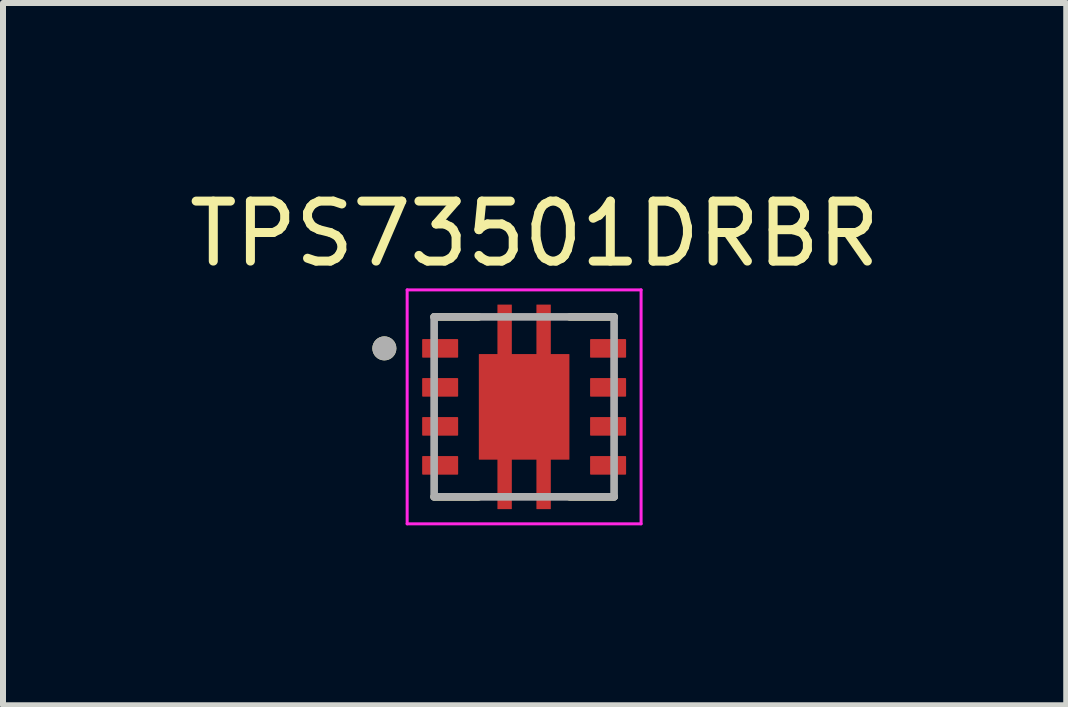
<source format=kicad_pcb>
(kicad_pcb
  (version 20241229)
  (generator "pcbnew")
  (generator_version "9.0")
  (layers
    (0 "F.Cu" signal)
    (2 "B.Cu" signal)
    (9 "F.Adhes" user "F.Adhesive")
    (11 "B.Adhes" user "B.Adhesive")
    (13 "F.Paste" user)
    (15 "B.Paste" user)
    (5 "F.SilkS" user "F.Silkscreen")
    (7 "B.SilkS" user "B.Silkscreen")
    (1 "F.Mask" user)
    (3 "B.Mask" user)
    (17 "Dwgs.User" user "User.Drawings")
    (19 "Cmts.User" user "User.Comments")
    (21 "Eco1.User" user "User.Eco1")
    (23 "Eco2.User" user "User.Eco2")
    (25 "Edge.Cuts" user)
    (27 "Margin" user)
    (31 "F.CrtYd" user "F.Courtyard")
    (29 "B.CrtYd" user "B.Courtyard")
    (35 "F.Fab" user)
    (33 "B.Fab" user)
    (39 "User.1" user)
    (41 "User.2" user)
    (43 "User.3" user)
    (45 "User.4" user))
  (footprint "TPS73501DRBR"
    (layer "F.Cu")
    (at 5.688 3.733)
    (property "Reference" "TPS73501DRBR" (at 0.175 -2.885 0) (layer "F.SilkS") (effects (font (size 1 1) (thickness 0.15))))
    (attr through_hole)
    (fp_poly (pts (xy -1.77 -1.2) (xy -1.03 -1.2) (xy -1.03 -0.75) (xy -1.77 -0.75)) (stroke (width 0.01) (type solid)) (fill yes) (layer "F.Mask"))
    (fp_poly (pts (xy -1.77 -0.55) (xy -1.03 -0.55) (xy -1.03 -0.1) (xy -1.77 -0.1)) (stroke (width 0.01) (type solid)) (fill yes) (layer "F.Mask"))
    (fp_poly (pts (xy -1.77 0.1) (xy -1.03 0.1) (xy -1.03 0.55) (xy -1.77 0.55)) (stroke (width 0.01) (type solid)) (fill yes) (layer "F.Mask"))
    (fp_poly (pts (xy -1.77 0.75) (xy -1.03 0.75) (xy -1.03 1.2) (xy -1.77 1.2)) (stroke (width 0.01) (type solid)) (fill yes) (layer "F.Mask"))
    (fp_poly (pts (xy 1.03 -1.2) (xy 1.77 -1.2) (xy 1.77 -0.75) (xy 1.03 -0.75)) (stroke (width 0.01) (type solid)) (fill yes) (layer "F.Mask"))
    (fp_poly (pts (xy 1.03 -0.55) (xy 1.77 -0.55) (xy 1.77 -0.1) (xy 1.03 -0.1)) (stroke (width 0.01) (type solid)) (fill yes) (layer "F.Mask"))
    (fp_poly (pts (xy 1.03 0.1) (xy 1.77 0.1) (xy 1.77 0.55) (xy 1.03 0.55)) (stroke (width 0.01) (type solid)) (fill yes) (layer "F.Mask"))
    (fp_poly (pts (xy 1.03 0.75) (xy 1.77 0.75) (xy 1.77 1.2) (xy 1.03 1.2)) (stroke (width 0.01) (type solid)) (fill yes) (layer "F.Mask"))
    (fp_poly (pts (xy -0.82 -0.945) (xy -0.51 -0.945) (xy -0.51 -1.77) (xy -0.14 -1.77) (xy -0.14 -0.945) (xy 0.14 -0.945) (xy 0.14 -1.77) (xy 0.51 -1.77) (xy 0.51 -0.945) (xy 0.82 -0.945) (xy 0.82 0.945) (xy 0.51 0.945) (xy 0.51 1.77) (xy 0.14 1.77) (xy 0.14 0.945) (xy -0.14 0.945) (xy -0.14 1.77) (xy -0.51 1.77) (xy -0.51 0.945) (xy -0.82 0.945)) (stroke (width 0.01) (type solid)) (fill yes) (layer "F.Mask"))
    (fp_line (start -1.5 -1.5) (end -0.76 -1.5) (stroke (width 0.127) (type solid)) (layer "F.SilkS"))
    (fp_line (start -1.5 1.5) (end -0.76 1.5) (stroke (width 0.127) (type solid)) (layer "F.SilkS"))
    (fp_line (start 0.76 -1.5) (end 1.5 -1.5) (stroke (width 0.127) (type solid)) (layer "F.SilkS"))
    (fp_line (start 0.76 1.5) (end 1.5 1.5) (stroke (width 0.127) (type solid)) (layer "F.SilkS"))
    (fp_circle (center -2.33 -0.975) (end -2.23 -0.975) (stroke (width 0.2) (type solid)) (fill no) (layer "F.SilkS"))
    (fp_poly (pts (xy -0.67 -0.775) (xy 0.67 -0.775) (xy 0.67 0.775) (xy -0.67 0.775)) (stroke (width 0.01) (type solid)) (fill yes) (layer "F.Paste"))
    (fp_poly (pts (xy -0.44 -1.7) (xy -0.21 -1.7) (xy -0.21 -0.975) (xy -0.44 -0.975)) (stroke (width 0.01) (type solid)) (fill yes) (layer "F.Paste"))
    (fp_poly (pts (xy -0.21 1.7) (xy -0.44 1.7) (xy -0.44 0.975) (xy -0.21 0.975)) (stroke (width 0.01) (type solid)) (fill yes) (layer "F.Paste"))
    (fp_poly (pts (xy 0.21 -1.7) (xy 0.44 -1.7) (xy 0.44 -0.975) (xy 0.21 -0.975)) (stroke (width 0.01) (type solid)) (fill yes) (layer "F.Paste"))
    (fp_poly (pts (xy 0.44 1.7) (xy 0.21 1.7) (xy 0.21 0.975) (xy 0.44 0.975)) (stroke (width 0.01) (type solid)) (fill yes) (layer "F.Paste"))
    (fp_line (start -1.95 -1.95) (end -1.95 1.95) (stroke (width 0.05) (type solid)) (layer "F.CrtYd"))
    (fp_line (start -1.95 -1.95) (end 1.95 -1.95) (stroke (width 0.05) (type solid)) (layer "F.CrtYd"))
    (fp_line (start -1.95 1.95) (end 1.95 1.95) (stroke (width 0.05) (type solid)) (layer "F.CrtYd"))
    (fp_line (start 1.95 -1.95) (end 1.95 1.95) (stroke (width 0.05) (type solid)) (layer "F.CrtYd"))
    (fp_line (start -1.5 -1.5) (end -1.5 1.5) (stroke (width 0.127) (type solid)) (layer "F.Fab"))
    (fp_line (start -1.5 -1.5) (end 1.5 -1.5) (stroke (width 0.127) (type solid)) (layer "F.Fab"))
    (fp_line (start -1.5 1.5) (end 1.5 1.5) (stroke (width 0.127) (type solid)) (layer "F.Fab"))
    (fp_line (start 1.5 -1.5) (end 1.5 1.5) (stroke (width 0.127) (type solid)) (layer "F.Fab"))
    (fp_circle (center -2.33 -0.975) (end -2.23 -0.975) (stroke (width 0.2) (type solid)) (fill no) (layer "F.Fab"))
    (pad "1" smd roundrect (at -1.4 -0.975) (size 0.6 0.31) (layers "F.Cu" "F.Paste") (roundrect_rratio 0.04))
    (pad "2" smd roundrect (at -1.4 -0.325) (size 0.6 0.31) (layers "F.Cu" "F.Paste") (roundrect_rratio 0.04))
    (pad "3" smd roundrect (at -1.4 0.325) (size 0.6 0.31) (layers "F.Cu" "F.Paste") (roundrect_rratio 0.04))
    (pad "4" smd roundrect (at -1.4 0.975) (size 0.6 0.31) (layers "F.Cu" "F.Paste") (roundrect_rratio 0.04))
    (pad "5" smd roundrect (at 1.4 0.975) (size 0.6 0.31) (layers "F.Cu" "F.Paste") (roundrect_rratio 0.04))
    (pad "6" smd roundrect (at 1.4 0.325) (size 0.6 0.31) (layers "F.Cu" "F.Paste") (roundrect_rratio 0.04))
    (pad "7" smd roundrect (at 1.4 -0.325) (size 0.6 0.31) (layers "F.Cu" "F.Paste") (roundrect_rratio 0.04))
    (pad "8" smd roundrect (at 1.4 -0.975) (size 0.6 0.31) (layers "F.Cu" "F.Paste") (roundrect_rratio 0.04))
    (pad "9" smd custom (at 0 0) (size 1.5 1.75) (layers "F.Cu") (options (anchor rect)) (primitives (gr_poly (pts (xy -0.75 -0.875) (xy -0.44 -0.875) (xy -0.44 -1.7) (xy -0.21 -1.7) (xy -0.21 -0.875) (xy 0.21 -0.875) (xy 0.21 -1.7) (xy 0.44 -1.7) (xy 0.44 -0.875) (xy 0.75 -0.875) (xy 0.75 0.875) (xy 0.44 0.875) (xy 0.44 1.7) (xy 0.21 1.7) (xy 0.21 0.875) (xy -0.21 0.875) (xy -0.21 1.7) (xy -0.44 1.7) (xy -0.44 0.875) (xy -0.75 0.875)) (width 0.01) (fill yes)))))
  (gr_rect
    (start -3 -3)
    (end 14.726 8.708)
    (stroke (width 0.1) (type default))
    (fill no)
    (layer "Edge.Cuts")))
</source>
